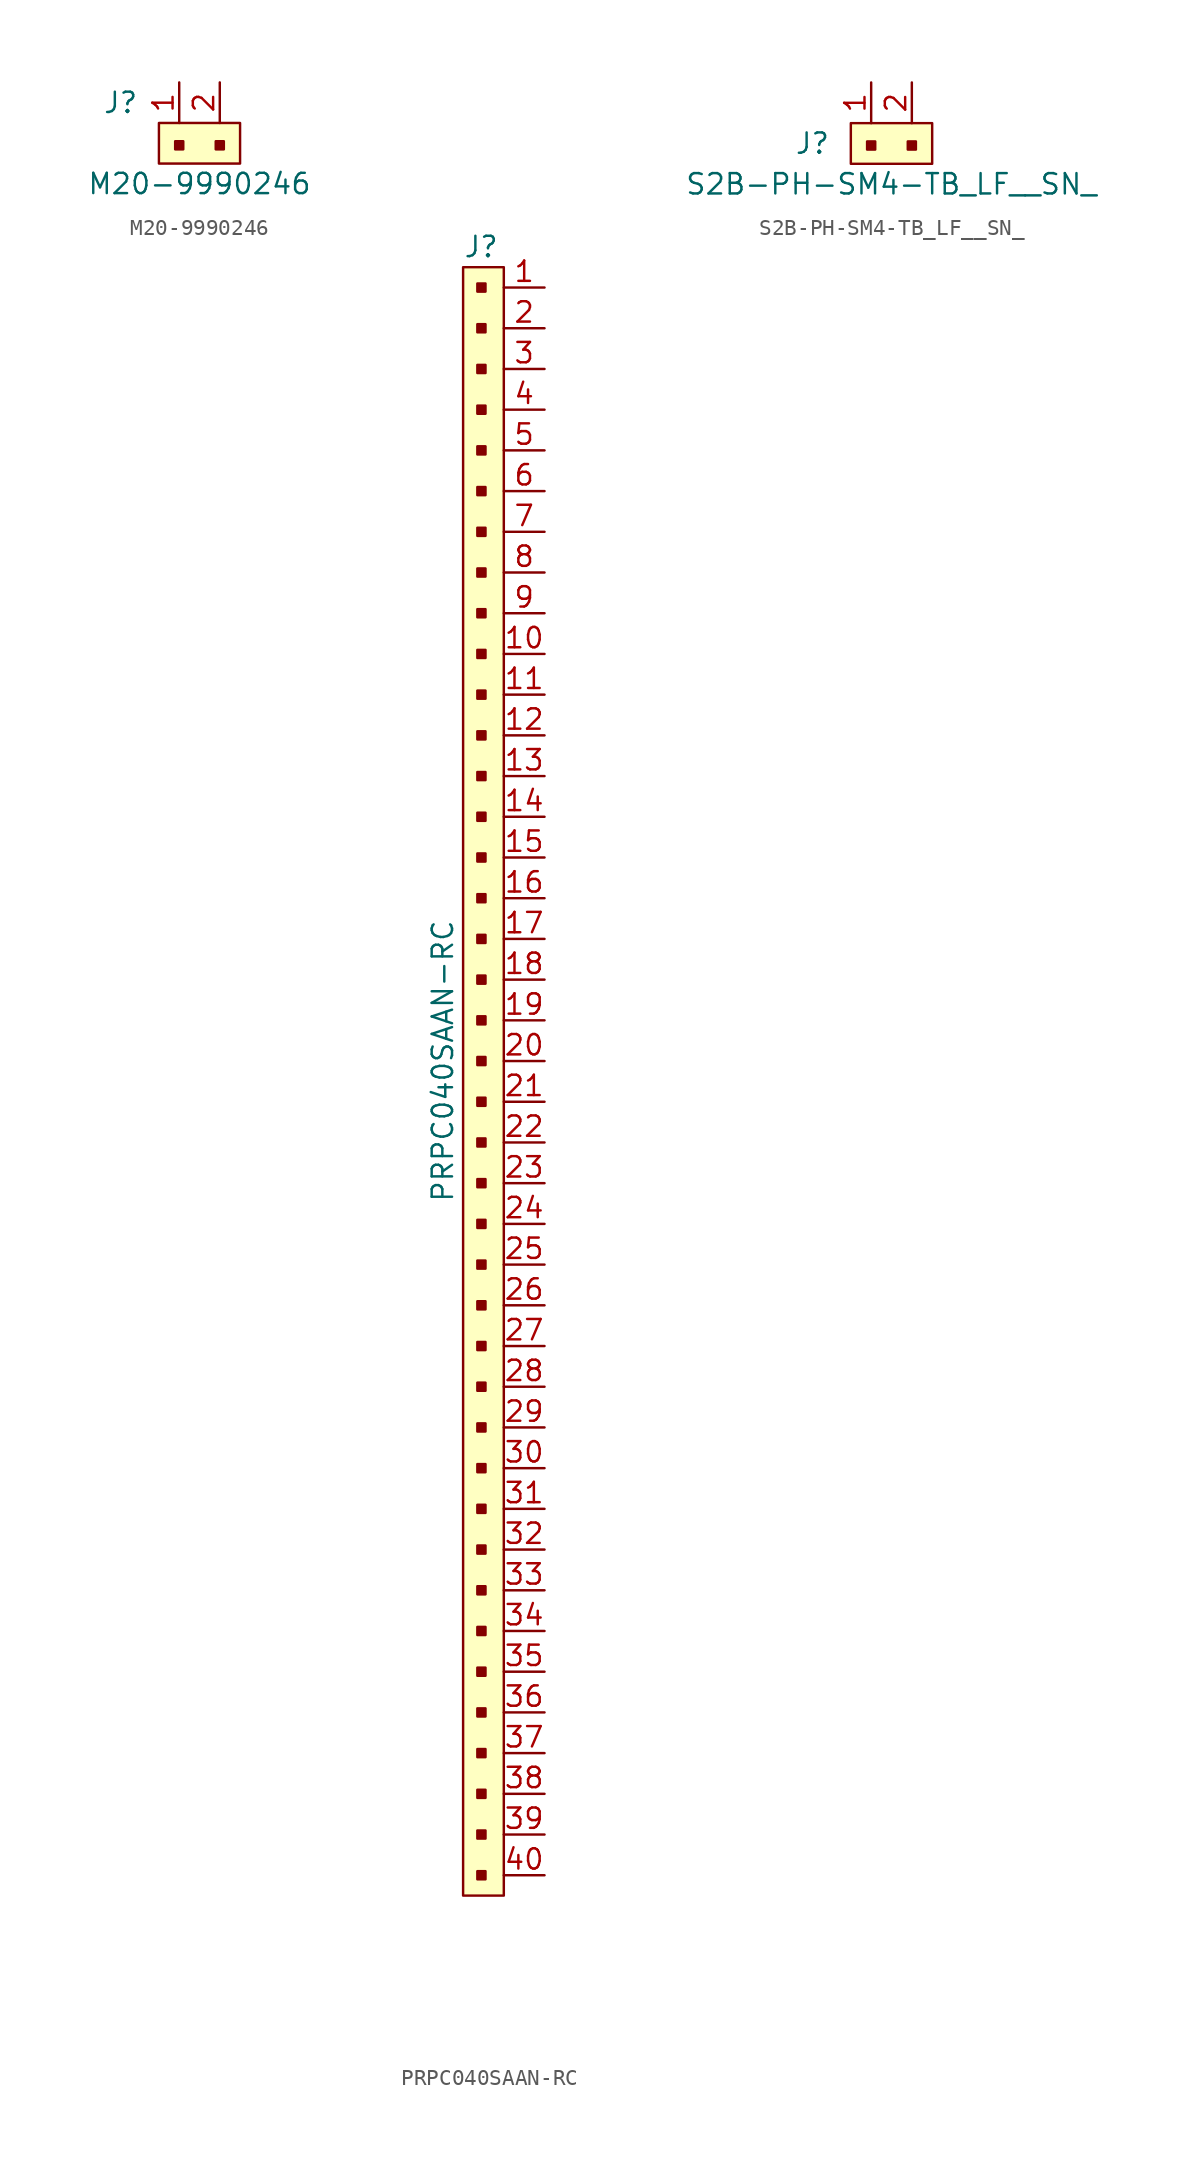
<source format=kicad_sym>
(kicad_symbol_lib
  (version 20211014)
  (generator kicad_symbol_editor)
  (symbol "M20-9990246"
    (pin_names
      (offset 1.016))
    (property "Reference" "J"
      (at -2.54 1.27 0)
      (effects (font (size 1.27 1.27)) (justify right)))
    (property "Value" "M20-9990246"
      (at 1.27 -3.81 0)
      (effects (font (size 1.27 1.27))))
    (symbol "M20-9990246_1_1"
      (rectangle (start -1.27 0) (end 3.81 -2.54) (stroke (width 0) (type default) (color 0 0 0 0)) (fill (type background)))
      (rectangle (start -0.254 -1.143) (end 0.254 -1.651) (stroke (width 0) (type default) (color 0 0 0 0)) (fill (type outline)))
      (rectangle (start 2.286 -1.143) (end 2.794 -1.651) (stroke (width 0) (type default) (color 0 0 0 0)) (fill (type outline)))
      (pin passive line (at 0 2.54 270) (length 2.54) (name "~" (effects (font (size 1.27 1.27)))) (number "1" (effects (font (size 1.27 1.27)))))
      (pin passive line (at 2.54 2.54 270) (length 2.54) (name "~" (effects (font (size 1.27 1.27)))) (number "2" (effects (font (size 1.27 1.27)))))))
  (symbol "PRPC040SAAN-RC"
    (pin_names
      (offset 1.016) hide)
    (property "Reference" "J"
      (at -2.54 2.54 0)
      (effects (font (size 1.27 1.27)) (justify left)))
    (property "Value" "PRPC040SAAN-RC"
      (at -3.81 -48.26 90)
      (effects (font (size 1.27 1.27))))
    (symbol "PRPC040SAAN-RC_1_1"
      (rectangle (start -1.143 -98.806) (end -1.651 -99.314) (stroke (width 0) (type default) (color 0 0 0 0)) (fill (type outline)))
      (rectangle (start -1.143 -96.266) (end -1.651 -96.774) (stroke (width 0) (type default) (color 0 0 0 0)) (fill (type outline)))
      (rectangle (start -1.143 -93.726) (end -1.651 -94.234) (stroke (width 0) (type default) (color 0 0 0 0)) (fill (type outline)))
      (rectangle (start -1.143 -91.186) (end -1.651 -91.694) (stroke (width 0) (type default) (color 0 0 0 0)) (fill (type outline)))
      (rectangle (start -1.143 -88.646) (end -1.651 -89.154) (stroke (width 0) (type default) (color 0 0 0 0)) (fill (type outline)))
      (rectangle (start -1.143 -86.106) (end -1.651 -86.614) (stroke (width 0) (type default) (color 0 0 0 0)) (fill (type outline)))
      (rectangle (start -1.143 -83.566) (end -1.651 -84.074) (stroke (width 0) (type default) (color 0 0 0 0)) (fill (type outline)))
      (rectangle (start -1.143 -81.026) (end -1.651 -81.534) (stroke (width 0) (type default) (color 0 0 0 0)) (fill (type outline)))
      (rectangle (start -1.143 -78.486) (end -1.651 -78.994) (stroke (width 0) (type default) (color 0 0 0 0)) (fill (type outline)))
      (rectangle (start -1.143 -75.946) (end -1.651 -76.454) (stroke (width 0) (type default) (color 0 0 0 0)) (fill (type outline)))
      (rectangle (start -1.143 -73.406) (end -1.651 -73.914) (stroke (width 0) (type default) (color 0 0 0 0)) (fill (type outline)))
      (rectangle (start -1.143 -70.866) (end -1.651 -71.374) (stroke (width 0) (type default) (color 0 0 0 0)) (fill (type outline)))
      (rectangle (start -1.143 -68.326) (end -1.651 -68.834) (stroke (width 0) (type default) (color 0 0 0 0)) (fill (type outline)))
      (rectangle (start -1.143 -65.786) (end -1.651 -66.294) (stroke (width 0) (type default) (color 0 0 0 0)) (fill (type outline)))
      (rectangle (start -1.143 -63.246) (end -1.651 -63.754) (stroke (width 0) (type default) (color 0 0 0 0)) (fill (type outline)))
      (rectangle (start -1.143 -60.706) (end -1.651 -61.214) (stroke (width 0) (type default) (color 0 0 0 0)) (fill (type outline)))
      (rectangle (start -1.143 -58.166) (end -1.651 -58.674) (stroke (width 0) (type default) (color 0 0 0 0)) (fill (type outline)))
      (rectangle (start -1.143 -55.626) (end -1.651 -56.134) (stroke (width 0) (type default) (color 0 0 0 0)) (fill (type outline)))
      (rectangle (start -1.143 -53.086) (end -1.651 -53.594) (stroke (width 0) (type default) (color 0 0 0 0)) (fill (type outline)))
      (rectangle (start -1.143 -50.546) (end -1.651 -51.054) (stroke (width 0) (type default) (color 0 0 0 0)) (fill (type outline)))
      (rectangle (start -1.143 -48.006) (end -1.651 -48.514) (stroke (width 0) (type default) (color 0 0 0 0)) (fill (type outline)))
      (rectangle (start -1.143 -45.466) (end -1.651 -45.974) (stroke (width 0) (type default) (color 0 0 0 0)) (fill (type outline)))
      (rectangle (start -1.143 -42.926) (end -1.651 -43.434) (stroke (width 0) (type default) (color 0 0 0 0)) (fill (type outline)))
      (rectangle (start -1.143 -40.386) (end -1.651 -40.894) (stroke (width 0) (type default) (color 0 0 0 0)) (fill (type outline)))
      (rectangle (start -1.143 -37.846) (end -1.651 -38.354) (stroke (width 0) (type default) (color 0 0 0 0)) (fill (type outline)))
      (rectangle (start -1.143 -35.306) (end -1.651 -35.814) (stroke (width 0) (type default) (color 0 0 0 0)) (fill (type outline)))
      (rectangle (start -1.143 -32.766) (end -1.651 -33.274) (stroke (width 0) (type default) (color 0 0 0 0)) (fill (type outline)))
      (rectangle (start -1.143 -30.226) (end -1.651 -30.734) (stroke (width 0) (type default) (color 0 0 0 0)) (fill (type outline)))
      (rectangle (start -1.143 -27.686) (end -1.651 -28.194) (stroke (width 0) (type default) (color 0 0 0 0)) (fill (type outline)))
      (rectangle (start -1.143 -25.146) (end -1.651 -25.654) (stroke (width 0) (type default) (color 0 0 0 0)) (fill (type outline)))
      (rectangle (start -1.143 -22.606) (end -1.651 -23.114) (stroke (width 0) (type default) (color 0 0 0 0)) (fill (type outline)))
      (rectangle (start -1.143 -20.066) (end -1.651 -20.574) (stroke (width 0) (type default) (color 0 0 0 0)) (fill (type outline)))
      (rectangle (start -1.143 -17.526) (end -1.651 -18.034) (stroke (width 0) (type default) (color 0 0 0 0)) (fill (type outline)))
      (rectangle (start -1.143 -14.986) (end -1.651 -15.494) (stroke (width 0) (type default) (color 0 0 0 0)) (fill (type outline)))
      (rectangle (start -1.143 -12.446) (end -1.651 -12.954) (stroke (width 0) (type default) (color 0 0 0 0)) (fill (type outline)))
      (rectangle (start -1.143 -9.906) (end -1.651 -10.414) (stroke (width 0) (type default) (color 0 0 0 0)) (fill (type outline)))
      (rectangle (start -1.143 -7.366) (end -1.651 -7.874) (stroke (width 0) (type default) (color 0 0 0 0)) (fill (type outline)))
      (rectangle (start -1.143 -4.826) (end -1.651 -5.334) (stroke (width 0) (type default) (color 0 0 0 0)) (fill (type outline)))
      (rectangle (start -1.143 -2.286) (end -1.651 -2.794) (stroke (width 0) (type default) (color 0 0 0 0)) (fill (type outline)))
      (rectangle (start -1.143 0.254) (end -1.651 -0.254) (stroke (width 0) (type default) (color 0 0 0 0)) (fill (type outline)))
      (rectangle (start 0 1.27) (end -2.54 -100.33) (stroke (width 0) (type default) (color 0 0 0 0)) (fill (type background)))
      (pin passive line (at 2.54 0 180) (length 2.54) (name "~" (effects (font (size 1.27 1.27)))) (number "1" (effects (font (size 1.27 1.27)))))
      (pin passive line (at 2.54 -22.86 180) (length 2.54) (name "~" (effects (font (size 1.27 1.27)))) (number "10" (effects (font (size 1.27 1.27)))))
      (pin passive line (at 2.54 -25.4 180) (length 2.54) (name "~" (effects (font (size 1.27 1.27)))) (number "11" (effects (font (size 1.27 1.27)))))
      (pin passive line (at 2.54 -27.94 180) (length 2.54) (name "~" (effects (font (size 1.27 1.27)))) (number "12" (effects (font (size 1.27 1.27)))))
      (pin passive line (at 2.54 -30.48 180) (length 2.54) (name "~" (effects (font (size 1.27 1.27)))) (number "13" (effects (font (size 1.27 1.27)))))
      (pin passive line (at 2.54 -33.02 180) (length 2.54) (name "~" (effects (font (size 1.27 1.27)))) (number "14" (effects (font (size 1.27 1.27)))))
      (pin passive line (at 2.54 -35.56 180) (length 2.54) (name "~" (effects (font (size 1.27 1.27)))) (number "15" (effects (font (size 1.27 1.27)))))
      (pin passive line (at 2.54 -38.1 180) (length 2.54) (name "~" (effects (font (size 1.27 1.27)))) (number "16" (effects (font (size 1.27 1.27)))))
      (pin passive line (at 2.54 -40.64 180) (length 2.54) (name "~" (effects (font (size 1.27 1.27)))) (number "17" (effects (font (size 1.27 1.27)))))
      (pin passive line (at 2.54 -43.18 180) (length 2.54) (name "~" (effects (font (size 1.27 1.27)))) (number "18" (effects (font (size 1.27 1.27)))))
      (pin passive line (at 2.54 -45.72 180) (length 2.54) (name "~" (effects (font (size 1.27 1.27)))) (number "19" (effects (font (size 1.27 1.27)))))
      (pin passive line (at 2.54 -2.54 180) (length 2.54) (name "~" (effects (font (size 1.27 1.27)))) (number "2" (effects (font (size 1.27 1.27)))))
      (pin passive line (at 2.54 -48.26 180) (length 2.54) (name "~" (effects (font (size 1.27 1.27)))) (number "20" (effects (font (size 1.27 1.27)))))
      (pin passive line (at 2.54 -50.8 180) (length 2.54) (name "~" (effects (font (size 1.27 1.27)))) (number "21" (effects (font (size 1.27 1.27)))))
      (pin passive line (at 2.54 -53.34 180) (length 2.54) (name "~" (effects (font (size 1.27 1.27)))) (number "22" (effects (font (size 1.27 1.27)))))
      (pin passive line (at 2.54 -55.88 180) (length 2.54) (name "~" (effects (font (size 1.27 1.27)))) (number "23" (effects (font (size 1.27 1.27)))))
      (pin passive line (at 2.54 -58.42 180) (length 2.54) (name "~" (effects (font (size 1.27 1.27)))) (number "24" (effects (font (size 1.27 1.27)))))
      (pin passive line (at 2.54 -60.96 180) (length 2.54) (name "~" (effects (font (size 1.27 1.27)))) (number "25" (effects (font (size 1.27 1.27)))))
      (pin passive line (at 2.54 -63.5 180) (length 2.54) (name "~" (effects (font (size 1.27 1.27)))) (number "26" (effects (font (size 1.27 1.27)))))
      (pin passive line (at 2.54 -66.04 180) (length 2.54) (name "~" (effects (font (size 1.27 1.27)))) (number "27" (effects (font (size 1.27 1.27)))))
      (pin passive line (at 2.54 -68.58 180) (length 2.54) (name "~" (effects (font (size 1.27 1.27)))) (number "28" (effects (font (size 1.27 1.27)))))
      (pin passive line (at 2.54 -71.12 180) (length 2.54) (name "~" (effects (font (size 1.27 1.27)))) (number "29" (effects (font (size 1.27 1.27)))))
      (pin passive line (at 2.54 -5.08 180) (length 2.54) (name "~" (effects (font (size 1.27 1.27)))) (number "3" (effects (font (size 1.27 1.27)))))
      (pin passive line (at 2.54 -73.66 180) (length 2.54) (name "~" (effects (font (size 1.27 1.27)))) (number "30" (effects (font (size 1.27 1.27)))))
      (pin passive line (at 2.54 -76.2 180) (length 2.54) (name "~" (effects (font (size 1.27 1.27)))) (number "31" (effects (font (size 1.27 1.27)))))
      (pin passive line (at 2.54 -78.74 180) (length 2.54) (name "~" (effects (font (size 1.27 1.27)))) (number "32" (effects (font (size 1.27 1.27)))))
      (pin passive line (at 2.54 -81.28 180) (length 2.54) (name "~" (effects (font (size 1.27 1.27)))) (number "33" (effects (font (size 1.27 1.27)))))
      (pin passive line (at 2.54 -83.82 180) (length 2.54) (name "~" (effects (font (size 1.27 1.27)))) (number "34" (effects (font (size 1.27 1.27)))))
      (pin passive line (at 2.54 -86.36 180) (length 2.54) (name "~" (effects (font (size 1.27 1.27)))) (number "35" (effects (font (size 1.27 1.27)))))
      (pin passive line (at 2.54 -88.9 180) (length 2.54) (name "~" (effects (font (size 1.27 1.27)))) (number "36" (effects (font (size 1.27 1.27)))))
      (pin passive line (at 2.54 -91.44 180) (length 2.54) (name "~" (effects (font (size 1.27 1.27)))) (number "37" (effects (font (size 1.27 1.27)))))
      (pin passive line (at 2.54 -93.98 180) (length 2.54) (name "~" (effects (font (size 1.27 1.27)))) (number "38" (effects (font (size 1.27 1.27)))))
      (pin passive line (at 2.54 -96.52 180) (length 2.54) (name "~" (effects (font (size 1.27 1.27)))) (number "39" (effects (font (size 1.27 1.27)))))
      (pin passive line (at 2.54 -7.62 180) (length 2.54) (name "~" (effects (font (size 1.27 1.27)))) (number "4" (effects (font (size 1.27 1.27)))))
      (pin passive line (at 2.54 -99.06 180) (length 2.54) (name "~" (effects (font (size 1.27 1.27)))) (number "40" (effects (font (size 1.27 1.27)))))
      (pin passive line (at 2.54 -10.16 180) (length 2.54) (name "~" (effects (font (size 1.27 1.27)))) (number "5" (effects (font (size 1.27 1.27)))))
      (pin passive line (at 2.54 -12.7 180) (length 2.54) (name "~" (effects (font (size 1.27 1.27)))) (number "6" (effects (font (size 1.27 1.27)))))
      (pin passive line (at 2.54 -15.24 180) (length 2.54) (name "~" (effects (font (size 1.27 1.27)))) (number "7" (effects (font (size 1.27 1.27)))))
      (pin passive line (at 2.54 -17.78 180) (length 2.54) (name "~" (effects (font (size 1.27 1.27)))) (number "8" (effects (font (size 1.27 1.27)))))
      (pin passive line (at 2.54 -20.32 180) (length 2.54) (name "~" (effects (font (size 1.27 1.27)))) (number "9" (effects (font (size 1.27 1.27)))))))
  (symbol "S2B-PH-SM4-TB_LF__SN_"
    (pin_names
      (offset 1.016))
    (property "Reference" "J"
      (at -2.54 -1.27 0)
      (effects (font (size 1.27 1.27)) (justify right)))
    (property "Value" "S2B-PH-SM4-TB_LF__SN_"
      (at 1.27 -3.81 0)
      (effects (font (size 1.27 1.27))))
    (symbol "S2B-PH-SM4-TB_LF__SN__1_1"
      (rectangle (start -1.27 0) (end 3.81 -2.54) (stroke (width 0) (type default) (color 0 0 0 0)) (fill (type background)))
      (rectangle (start -0.254 -1.143) (end 0.254 -1.651) (stroke (width 0) (type default) (color 0 0 0 0)) (fill (type outline)))
      (rectangle (start 2.286 -1.143) (end 2.794 -1.651) (stroke (width 0) (type default) (color 0 0 0 0)) (fill (type outline)))
      (pin passive line (at 0 2.54 270) (length 2.54) (name "~" (effects (font (size 1.27 1.27)))) (number "1" (effects (font (size 1.27 1.27)))))
      (pin passive line (at 2.54 2.54 270) (length 2.54) (name "~" (effects (font (size 1.27 1.27)))) (number "2" (effects (font (size 1.27 1.27))))))))
</source>
